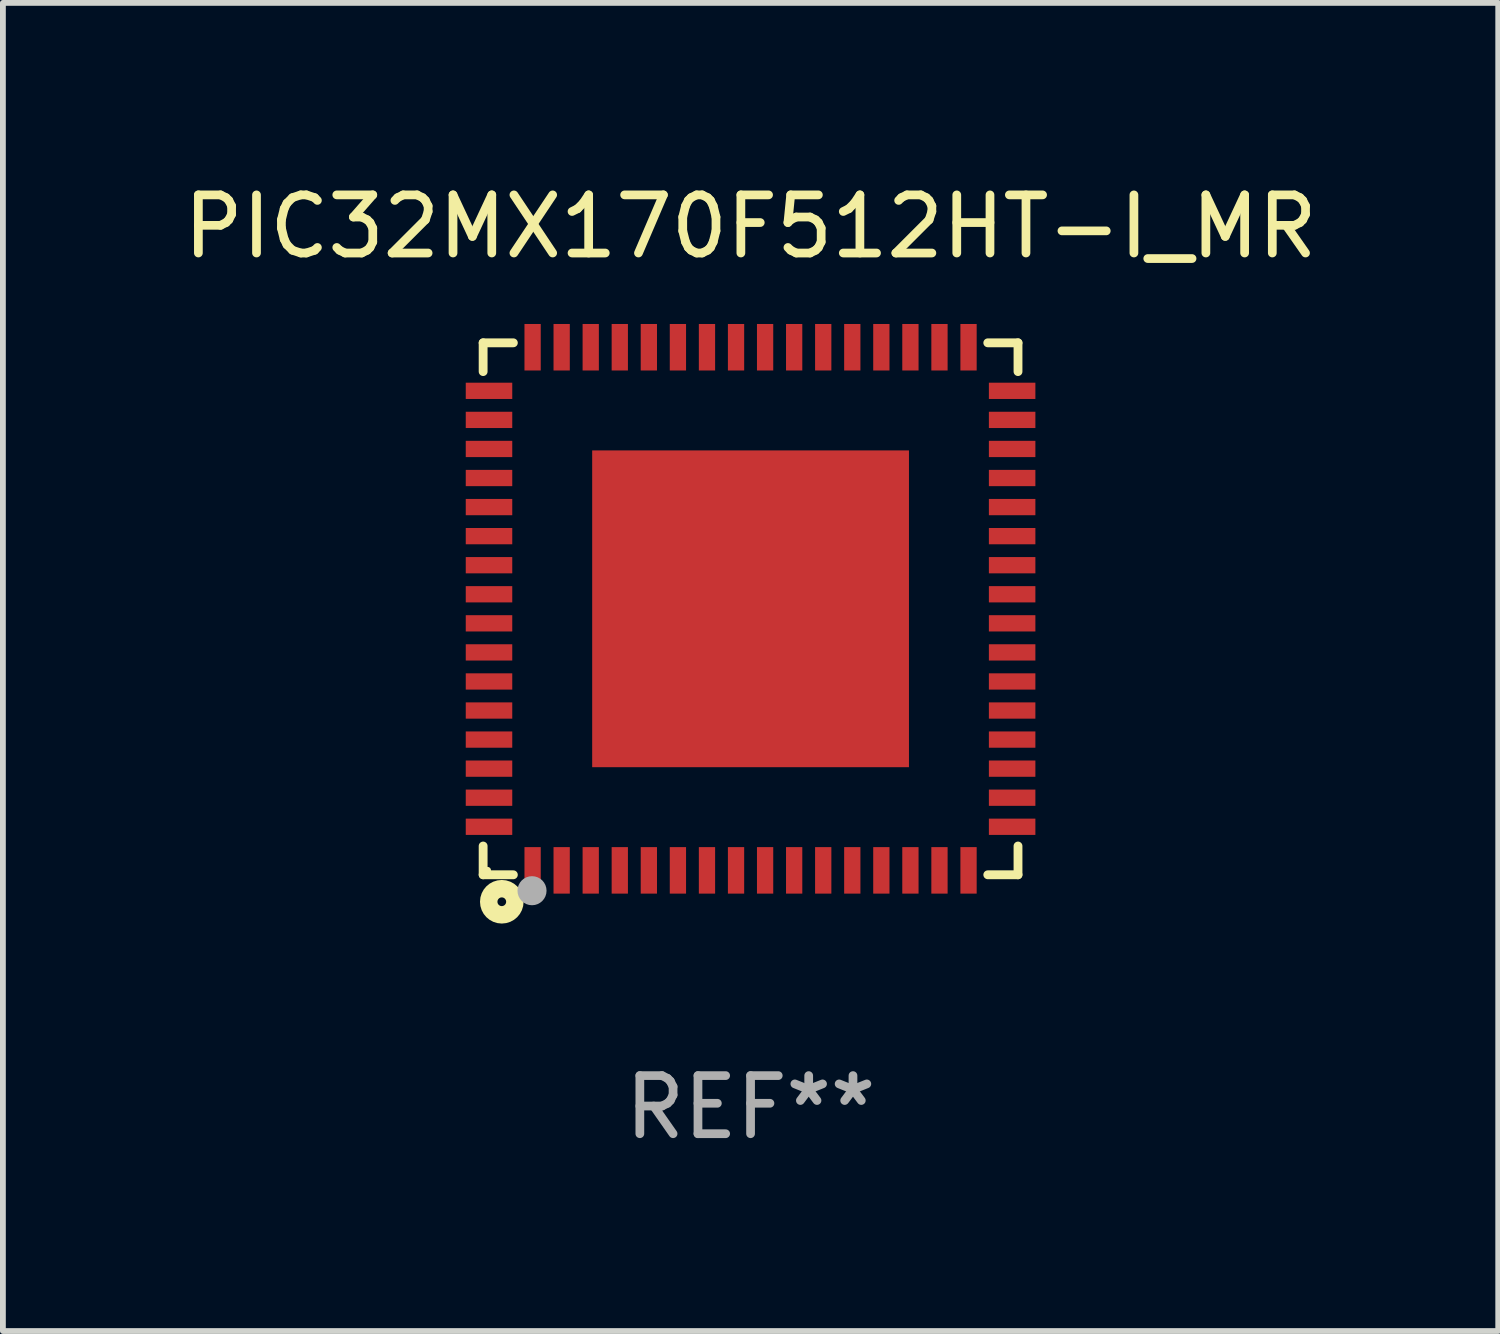
<source format=kicad_pcb>
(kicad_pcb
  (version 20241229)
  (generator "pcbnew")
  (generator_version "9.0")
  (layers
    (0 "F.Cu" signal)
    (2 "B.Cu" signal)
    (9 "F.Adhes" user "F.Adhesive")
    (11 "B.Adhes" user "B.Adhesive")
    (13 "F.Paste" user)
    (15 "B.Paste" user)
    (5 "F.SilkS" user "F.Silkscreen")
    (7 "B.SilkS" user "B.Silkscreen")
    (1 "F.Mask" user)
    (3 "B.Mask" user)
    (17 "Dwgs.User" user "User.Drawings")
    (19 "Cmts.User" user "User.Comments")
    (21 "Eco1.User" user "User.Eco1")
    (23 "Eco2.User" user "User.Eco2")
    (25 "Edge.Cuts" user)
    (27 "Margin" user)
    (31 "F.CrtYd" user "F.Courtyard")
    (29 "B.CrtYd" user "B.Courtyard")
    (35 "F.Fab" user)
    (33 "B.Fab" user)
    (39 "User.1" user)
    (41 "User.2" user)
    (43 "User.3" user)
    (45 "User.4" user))
  (footprint "PIC32MX170F512HT-I_MR"
    (layer "F.Cu")
    (at 9.863 7.424)
    (property "Reference" "PIC32MX170F512HT-I_MR" (at 0 -6.576 0) (layer "F.SilkS") (effects (font (size 1 1) (thickness 0.15))))
    (attr through_hole)
    (fp_line (start -4.601 -4.576) (end -4.081 -4.576) (stroke (width 0.152) (type solid)) (layer "F.SilkS"))
    (fp_line (start -4.601 -4.081) (end -4.601 -4.576) (stroke (width 0.152) (type solid)) (layer "F.SilkS"))
    (fp_line (start -4.601 4.081) (end -4.601 4.576) (stroke (width 0.152) (type solid)) (layer "F.SilkS"))
    (fp_line (start -4.601 4.576) (end -4.081 4.576) (stroke (width 0.152) (type solid)) (layer "F.SilkS"))
    (fp_line (start 4.601 -4.576) (end 4.081 -4.576) (stroke (width 0.152) (type solid)) (layer "F.SilkS"))
    (fp_line (start 4.601 -4.081) (end 4.601 -4.576) (stroke (width 0.152) (type solid)) (layer "F.SilkS"))
    (fp_line (start 4.601 4.081) (end 4.601 4.576) (stroke (width 0.152) (type solid)) (layer "F.SilkS"))
    (fp_line (start 4.601 4.576) (end 4.081 4.576) (stroke (width 0.152) (type solid)) (layer "F.SilkS"))
    (fp_circle (center -4.525 4.5) (end -4.495 4.5) (stroke (width 0.06) (type solid)) (fill no) (layer "F.SilkS"))
    (fp_circle (center -4.28 5.04) (end -4.205 5.04) (stroke (width 0.3) (type solid)) (fill no) (layer "F.SilkS"))
    (fp_circle (center -3.76 4.85) (end -3.635 4.85) (stroke (width 0.25) (type solid)) (fill no) (layer "F.Fab"))
    (fp_text user "REF**" (at 0 8.576 0) (layer "F.Fab") (effects (font (size 1 1) (thickness 0.15))))
    (pad "1" smd rect (at -3.75 4.5) (size 0.28 0.8) (layers "F.Cu" "F.Mask" "F.Paste"))
    (pad "2" smd rect (at -3.25 4.5) (size 0.28 0.8) (layers "F.Cu" "F.Mask" "F.Paste"))
    (pad "3" smd rect (at -2.75 4.5) (size 0.28 0.8) (layers "F.Cu" "F.Mask" "F.Paste"))
    (pad "4" smd rect (at -2.25 4.5) (size 0.28 0.8) (layers "F.Cu" "F.Mask" "F.Paste"))
    (pad "5" smd rect (at -1.75 4.5) (size 0.28 0.8) (layers "F.Cu" "F.Mask" "F.Paste"))
    (pad "6" smd rect (at -1.25 4.5) (size 0.28 0.8) (layers "F.Cu" "F.Mask" "F.Paste"))
    (pad "7" smd rect (at -0.75 4.5) (size 0.28 0.8) (layers "F.Cu" "F.Mask" "F.Paste"))
    (pad "8" smd rect (at -0.25 4.5) (size 0.28 0.8) (layers "F.Cu" "F.Mask" "F.Paste"))
    (pad "9" smd rect (at 0.25 4.5) (size 0.28 0.8) (layers "F.Cu" "F.Mask" "F.Paste"))
    (pad "10" smd rect (at 0.75 4.5) (size 0.28 0.8) (layers "F.Cu" "F.Mask" "F.Paste"))
    (pad "11" smd rect (at 1.25 4.5) (size 0.28 0.8) (layers "F.Cu" "F.Mask" "F.Paste"))
    (pad "12" smd rect (at 1.75 4.5) (size 0.28 0.8) (layers "F.Cu" "F.Mask" "F.Paste"))
    (pad "13" smd rect (at 2.25 4.5) (size 0.28 0.8) (layers "F.Cu" "F.Mask" "F.Paste"))
    (pad "14" smd rect (at 2.75 4.5) (size 0.28 0.8) (layers "F.Cu" "F.Mask" "F.Paste"))
    (pad "15" smd rect (at 3.25 4.5) (size 0.28 0.8) (layers "F.Cu" "F.Mask" "F.Paste"))
    (pad "16" smd rect (at 3.75 4.5) (size 0.28 0.8) (layers "F.Cu" "F.Mask" "F.Paste"))
    (pad "17" smd rect (at 4.5 3.75) (size 0.8 0.28) (layers "F.Cu" "F.Mask" "F.Paste"))
    (pad "18" smd rect (at 4.5 3.25) (size 0.8 0.28) (layers "F.Cu" "F.Mask" "F.Paste"))
    (pad "19" smd rect (at 4.5 2.75) (size 0.8 0.28) (layers "F.Cu" "F.Mask" "F.Paste"))
    (pad "20" smd rect (at 4.5 2.25) (size 0.8 0.28) (layers "F.Cu" "F.Mask" "F.Paste"))
    (pad "21" smd rect (at 4.5 1.75) (size 0.8 0.28) (layers "F.Cu" "F.Mask" "F.Paste"))
    (pad "22" smd rect (at 4.5 1.25) (size 0.8 0.28) (layers "F.Cu" "F.Mask" "F.Paste"))
    (pad "23" smd rect (at 4.5 0.75) (size 0.8 0.28) (layers "F.Cu" "F.Mask" "F.Paste"))
    (pad "24" smd rect (at 4.5 0.25) (size 0.8 0.28) (layers "F.Cu" "F.Mask" "F.Paste"))
    (pad "25" smd rect (at 4.5 -0.25) (size 0.8 0.28) (layers "F.Cu" "F.Mask" "F.Paste"))
    (pad "26" smd rect (at 4.5 -0.75) (size 0.8 0.28) (layers "F.Cu" "F.Mask" "F.Paste"))
    (pad "27" smd rect (at 4.5 -1.25) (size 0.8 0.28) (layers "F.Cu" "F.Mask" "F.Paste"))
    (pad "28" smd rect (at 4.5 -1.75) (size 0.8 0.28) (layers "F.Cu" "F.Mask" "F.Paste"))
    (pad "29" smd rect (at 4.5 -2.25) (size 0.8 0.28) (layers "F.Cu" "F.Mask" "F.Paste"))
    (pad "30" smd rect (at 4.5 -2.75) (size 0.8 0.28) (layers "F.Cu" "F.Mask" "F.Paste"))
    (pad "31" smd rect (at 4.5 -3.25) (size 0.8 0.28) (layers "F.Cu" "F.Mask" "F.Paste"))
    (pad "32" smd rect (at 4.5 -3.75) (size 0.8 0.28) (layers "F.Cu" "F.Mask" "F.Paste"))
    (pad "33" smd rect (at 3.75 -4.5) (size 0.28 0.8) (layers "F.Cu" "F.Mask" "F.Paste"))
    (pad "34" smd rect (at 3.25 -4.5) (size 0.28 0.8) (layers "F.Cu" "F.Mask" "F.Paste"))
    (pad "35" smd rect (at 2.75 -4.5) (size 0.28 0.8) (layers "F.Cu" "F.Mask" "F.Paste"))
    (pad "36" smd rect (at 2.25 -4.5) (size 0.28 0.8) (layers "F.Cu" "F.Mask" "F.Paste"))
    (pad "37" smd rect (at 1.75 -4.5) (size 0.28 0.8) (layers "F.Cu" "F.Mask" "F.Paste"))
    (pad "38" smd rect (at 1.25 -4.5) (size 0.28 0.8) (layers "F.Cu" "F.Mask" "F.Paste"))
    (pad "39" smd rect (at 0.75 -4.5) (size 0.28 0.8) (layers "F.Cu" "F.Mask" "F.Paste"))
    (pad "40" smd rect (at 0.25 -4.5) (size 0.28 0.8) (layers "F.Cu" "F.Mask" "F.Paste"))
    (pad "41" smd rect (at -0.25 -4.5) (size 0.28 0.8) (layers "F.Cu" "F.Mask" "F.Paste"))
    (pad "42" smd rect (at -0.75 -4.5) (size 0.28 0.8) (layers "F.Cu" "F.Mask" "F.Paste"))
    (pad "43" smd rect (at -1.25 -4.5) (size 0.28 0.8) (layers "F.Cu" "F.Mask" "F.Paste"))
    (pad "44" smd rect (at -1.75 -4.5) (size 0.28 0.8) (layers "F.Cu" "F.Mask" "F.Paste"))
    (pad "45" smd rect (at -2.25 -4.5) (size 0.28 0.8) (layers "F.Cu" "F.Mask" "F.Paste"))
    (pad "46" smd rect (at -2.75 -4.5) (size 0.28 0.8) (layers "F.Cu" "F.Mask" "F.Paste"))
    (pad "47" smd rect (at -3.25 -4.5) (size 0.28 0.8) (layers "F.Cu" "F.Mask" "F.Paste"))
    (pad "48" smd rect (at -3.75 -4.5) (size 0.28 0.8) (layers "F.Cu" "F.Mask" "F.Paste"))
    (pad "49" smd rect (at -4.5 -3.75) (size 0.8 0.28) (layers "F.Cu" "F.Mask" "F.Paste"))
    (pad "50" smd rect (at -4.5 -3.25) (size 0.8 0.28) (layers "F.Cu" "F.Mask" "F.Paste"))
    (pad "51" smd rect (at -4.5 -2.75) (size 0.8 0.28) (layers "F.Cu" "F.Mask" "F.Paste"))
    (pad "52" smd rect (at -4.5 -2.25) (size 0.8 0.28) (layers "F.Cu" "F.Mask" "F.Paste"))
    (pad "53" smd rect (at -4.5 -1.75) (size 0.8 0.28) (layers "F.Cu" "F.Mask" "F.Paste"))
    (pad "54" smd rect (at -4.5 -1.25) (size 0.8 0.28) (layers "F.Cu" "F.Mask" "F.Paste"))
    (pad "55" smd rect (at -4.5 -0.75) (size 0.8 0.28) (layers "F.Cu" "F.Mask" "F.Paste"))
    (pad "56" smd rect (at -4.5 -0.25) (size 0.8 0.28) (layers "F.Cu" "F.Mask" "F.Paste"))
    (pad "57" smd rect (at -4.5 0.25) (size 0.8 0.28) (layers "F.Cu" "F.Mask" "F.Paste"))
    (pad "58" smd rect (at -4.5 0.75) (size 0.8 0.28) (layers "F.Cu" "F.Mask" "F.Paste"))
    (pad "59" smd rect (at -4.5 1.25) (size 0.8 0.28) (layers "F.Cu" "F.Mask" "F.Paste"))
    (pad "60" smd rect (at -4.5 1.75) (size 0.8 0.28) (layers "F.Cu" "F.Mask" "F.Paste"))
    (pad "61" smd rect (at -4.5 2.25) (size 0.8 0.28) (layers "F.Cu" "F.Mask" "F.Paste"))
    (pad "62" smd rect (at -4.5 2.75) (size 0.8 0.28) (layers "F.Cu" "F.Mask" "F.Paste"))
    (pad "63" smd rect (at -4.5 3.25) (size 0.8 0.28) (layers "F.Cu" "F.Mask" "F.Paste"))
    (pad "64" smd rect (at -4.5 3.75) (size 0.8 0.28) (layers "F.Cu" "F.Mask" "F.Paste"))
    (pad "65" smd rect (at 0 0) (size 5.45 5.45) (layers "F.Cu" "F.Mask" "F.Paste")))
  (gr_rect
    (start -3 -3)
    (end 22.726 19.849)
    (stroke (width 0.1) (type default))
    (fill no)
    (layer "Edge.Cuts")))
</source>
